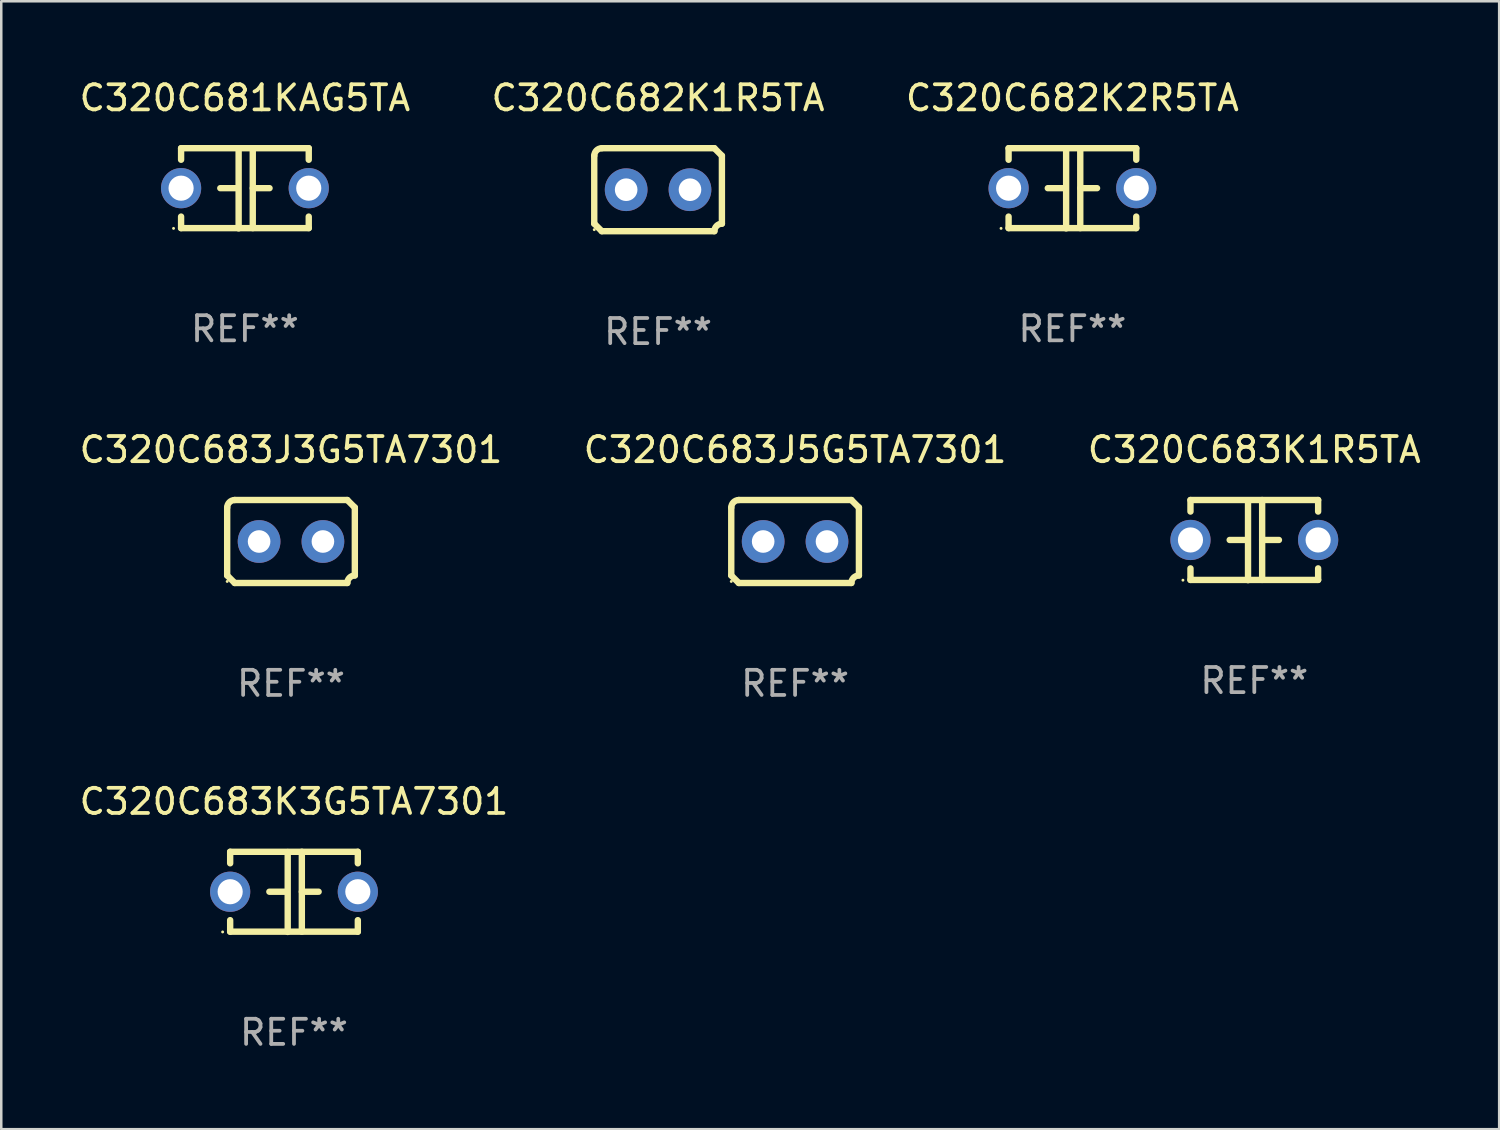
<source format=kicad_pcb>
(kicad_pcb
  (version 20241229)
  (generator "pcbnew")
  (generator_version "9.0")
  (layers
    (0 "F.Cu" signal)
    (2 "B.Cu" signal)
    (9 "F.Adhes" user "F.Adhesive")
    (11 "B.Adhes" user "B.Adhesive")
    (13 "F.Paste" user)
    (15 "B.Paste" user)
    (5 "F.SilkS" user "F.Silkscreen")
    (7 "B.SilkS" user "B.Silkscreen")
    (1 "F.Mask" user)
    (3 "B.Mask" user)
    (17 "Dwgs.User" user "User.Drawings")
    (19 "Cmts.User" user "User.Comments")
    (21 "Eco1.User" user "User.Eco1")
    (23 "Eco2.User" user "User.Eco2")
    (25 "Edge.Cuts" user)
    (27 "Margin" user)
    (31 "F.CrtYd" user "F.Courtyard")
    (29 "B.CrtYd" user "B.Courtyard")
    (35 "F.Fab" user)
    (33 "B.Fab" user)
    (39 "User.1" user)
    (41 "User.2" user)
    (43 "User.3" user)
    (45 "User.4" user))
  (footprint "C320C682K2R5TA"
    (layer "F.Cu")
    (at 39.625 4.443)
    (property "Reference" "C320C682K2R5TA" (at 0 -3.595 0) (layer "F.SilkS") (effects (font (size 1 1) (thickness 0.15))))
    (attr through_hole)
    (fp_line (start -2.54 -1.595) (end -2.54 -1.136) (stroke (width 0.254) (type solid)) (layer "F.SilkS"))
    (fp_line (start -2.54 -1.595) (end 2.54 -1.595) (stroke (width 0.254) (type solid)) (layer "F.SilkS"))
    (fp_line (start -2.54 1.126) (end -2.54 1.585) (stroke (width 0.254) (type solid)) (layer "F.SilkS"))
    (fp_line (start -0.312 -0.005) (end -0.98 -0.005) (stroke (width 0.254) (type solid)) (layer "F.SilkS"))
    (fp_line (start -0.25 -1.585) (end -0.25 1.595) (stroke (width 0.254) (type solid)) (layer "F.SilkS"))
    (fp_line (start 0.312 -1.595) (end 0.312 1.585) (stroke (width 0.254) (type solid)) (layer "F.SilkS"))
    (fp_line (start 0.312 -0.005) (end 0.98 -0.005) (stroke (width 0.254) (type solid)) (layer "F.SilkS"))
    (fp_line (start 2.54 -1.595) (end 2.54 -1.136) (stroke (width 0.254) (type solid)) (layer "F.SilkS"))
    (fp_line (start 2.54 1.126) (end 2.54 1.585) (stroke (width 0.254) (type solid)) (layer "F.SilkS"))
    (fp_line (start 2.54 1.585) (end -2.54 1.585) (stroke (width 0.254) (type solid)) (layer "F.SilkS"))
    (fp_circle (center -2.84 1.595) (end -2.81 1.595) (stroke (width 0.06) (type solid)) (fill no) (layer "F.SilkS"))
    (fp_text user "REF**" (at 0 5.595 0) (layer "F.Fab") (effects (font (size 1 1) (thickness 0.15))))
    (pad "1" thru_hole circle (at -2.54 -0.005) (size 1.6 1.6) (drill 1) (layers "*.Cu" "*.Mask"))
    (pad "2" thru_hole circle (at 2.54 -0.005) (size 1.6 1.6) (drill 1) (layers "*.Cu" "*.Mask")))
  (footprint "C320C683J3G5TA7301"
    (layer "F.Cu")
    (at 8.53 18.498)
    (property "Reference" "C320C683J3G5TA7301" (at 0 -3.651 0) (layer "F.SilkS") (effects (font (size 1 1) (thickness 0.15))))
    (attr through_hole)
    (fp_line (start -2.54 -1.351) (end -2.54 1.351) (stroke (width 0.254) (type solid)) (layer "F.SilkS"))
    (fp_line (start -2.24 -1.651) (end 2.24 -1.651) (stroke (width 0.254) (type solid)) (layer "F.SilkS"))
    (fp_line (start 2.24 1.651) (end -2.24 1.651) (stroke (width 0.254) (type solid)) (layer "F.SilkS"))
    (fp_line (start 2.54 1.351) (end 2.54 -1.351) (stroke (width 0.254) (type solid)) (layer "F.SilkS"))
    (fp_arc (start -2.540005 -1.351283) (mid -2.450115 -1.561309) (end -2.240005 -1.651003) (stroke (width 0.254001) (type solid)) (layer "F.SilkS"))
    (fp_arc (start -2.240287 1.651001) (mid -2.390163 1.501019) (end -2.540005 1.351003) (stroke (width 0.254001) (type solid)) (layer "F.SilkS"))
    (fp_arc (start 2.240005 1.651003) (mid 2.329934 1.441015) (end 2.540005 1.351282) (stroke (width 0.254001) (type solid)) (layer "F.SilkS"))
    (fp_arc (start 2.540005 -1.351003) (mid 2.389393 -1.500252) (end 2.240284 -1.651003) (stroke (width 0.254001) (type solid)) (layer "F.SilkS"))
    (fp_circle (center -2.54 1.59) (end -2.51 1.59) (stroke (width 0.06) (type solid)) (fill no) (layer "F.SilkS"))
    (fp_text user "REF**" (at 0 5.651 0) (layer "F.Fab") (effects (font (size 1 1) (thickness 0.15))))
    (pad "1" thru_hole circle (at -1.27 0) (size 1.7 1.7) (drill 0.9) (layers "*.Cu" "*.Mask"))
    (pad "2" thru_hole circle (at 1.27 0) (size 1.7 1.7) (drill 0.9) (layers "*.Cu" "*.Mask")))
  (footprint "C320C682K1R5TA"
    (layer "F.Cu")
    (at 23.137 4.499)
    (property "Reference" "C320C682K1R5TA" (at 0 -3.651 0) (layer "F.SilkS") (effects (font (size 1 1) (thickness 0.15))))
    (attr through_hole)
    (fp_line (start -2.54 -1.351) (end -2.54 1.351) (stroke (width 0.254) (type solid)) (layer "F.SilkS"))
    (fp_line (start -2.24 -1.651) (end 2.24 -1.651) (stroke (width 0.254) (type solid)) (layer "F.SilkS"))
    (fp_line (start 2.24 1.651) (end -2.24 1.651) (stroke (width 0.254) (type solid)) (layer "F.SilkS"))
    (fp_line (start 2.54 1.351) (end 2.54 -1.351) (stroke (width 0.254) (type solid)) (layer "F.SilkS"))
    (fp_arc (start -2.540005 -1.351283) (mid -2.450115 -1.561309) (end -2.240005 -1.651003) (stroke (width 0.254001) (type solid)) (layer "F.SilkS"))
    (fp_arc (start -2.240287 1.651001) (mid -2.390163 1.501019) (end -2.540005 1.351003) (stroke (width 0.254001) (type solid)) (layer "F.SilkS"))
    (fp_arc (start 2.240005 1.651003) (mid 2.329934 1.441015) (end 2.540005 1.351282) (stroke (width 0.254001) (type solid)) (layer "F.SilkS"))
    (fp_arc (start 2.540005 -1.351003) (mid 2.389393 -1.500252) (end 2.240284 -1.651003) (stroke (width 0.254001) (type solid)) (layer "F.SilkS"))
    (fp_circle (center -2.54 1.59) (end -2.51 1.59) (stroke (width 0.06) (type solid)) (fill no) (layer "F.SilkS"))
    (fp_text user "REF**" (at 0 5.651 0) (layer "F.Fab") (effects (font (size 1 1) (thickness 0.15))))
    (pad "1" thru_hole circle (at -1.27 0) (size 1.7 1.7) (drill 0.9) (layers "*.Cu" "*.Mask"))
    (pad "2" thru_hole circle (at 1.27 0) (size 1.7 1.7) (drill 0.9) (layers "*.Cu" "*.Mask")))
  (footprint "C320C683K3G5TA7301"
    (layer "F.Cu")
    (at 8.649 32.44)
    (property "Reference" "C320C683K3G5TA7301" (at 0 -3.595 0) (layer "F.SilkS") (effects (font (size 1 1) (thickness 0.15))))
    (attr through_hole)
    (fp_line (start -2.54 -1.595) (end -2.54 -1.136) (stroke (width 0.254) (type solid)) (layer "F.SilkS"))
    (fp_line (start -2.54 -1.595) (end 2.54 -1.595) (stroke (width 0.254) (type solid)) (layer "F.SilkS"))
    (fp_line (start -2.54 1.126) (end -2.54 1.585) (stroke (width 0.254) (type solid)) (layer "F.SilkS"))
    (fp_line (start -0.312 -0.005) (end -0.98 -0.005) (stroke (width 0.254) (type solid)) (layer "F.SilkS"))
    (fp_line (start -0.25 -1.585) (end -0.25 1.595) (stroke (width 0.254) (type solid)) (layer "F.SilkS"))
    (fp_line (start 0.312 -1.595) (end 0.312 1.585) (stroke (width 0.254) (type solid)) (layer "F.SilkS"))
    (fp_line (start 0.312 -0.005) (end 0.98 -0.005) (stroke (width 0.254) (type solid)) (layer "F.SilkS"))
    (fp_line (start 2.54 -1.595) (end 2.54 -1.136) (stroke (width 0.254) (type solid)) (layer "F.SilkS"))
    (fp_line (start 2.54 1.126) (end 2.54 1.585) (stroke (width 0.254) (type solid)) (layer "F.SilkS"))
    (fp_line (start 2.54 1.585) (end -2.54 1.585) (stroke (width 0.254) (type solid)) (layer "F.SilkS"))
    (fp_circle (center -2.84 1.595) (end -2.81 1.595) (stroke (width 0.06) (type solid)) (fill no) (layer "F.SilkS"))
    (fp_text user "REF**" (at 0 5.595 0) (layer "F.Fab") (effects (font (size 1 1) (thickness 0.15))))
    (pad "1" thru_hole circle (at -2.54 -0.005) (size 1.6 1.6) (drill 1) (layers "*.Cu" "*.Mask"))
    (pad "2" thru_hole circle (at 2.54 -0.005) (size 1.6 1.6) (drill 1) (layers "*.Cu" "*.Mask")))
  (footprint "C320C683J5G5TA7301"
    (layer "F.Cu")
    (at 28.589 18.498)
    (property "Reference" "C320C683J5G5TA7301" (at 0 -3.651 0) (layer "F.SilkS") (effects (font (size 1 1) (thickness 0.15))))
    (attr through_hole)
    (fp_line (start -2.54 -1.351) (end -2.54 1.351) (stroke (width 0.254) (type solid)) (layer "F.SilkS"))
    (fp_line (start -2.24 -1.651) (end 2.24 -1.651) (stroke (width 0.254) (type solid)) (layer "F.SilkS"))
    (fp_line (start 2.24 1.651) (end -2.24 1.651) (stroke (width 0.254) (type solid)) (layer "F.SilkS"))
    (fp_line (start 2.54 1.351) (end 2.54 -1.351) (stroke (width 0.254) (type solid)) (layer "F.SilkS"))
    (fp_arc (start -2.540005 -1.351283) (mid -2.450115 -1.561309) (end -2.240005 -1.651003) (stroke (width 0.254001) (type solid)) (layer "F.SilkS"))
    (fp_arc (start -2.240287 1.651001) (mid -2.390163 1.501019) (end -2.540005 1.351003) (stroke (width 0.254001) (type solid)) (layer "F.SilkS"))
    (fp_arc (start 2.240005 1.651003) (mid 2.329934 1.441015) (end 2.540005 1.351282) (stroke (width 0.254001) (type solid)) (layer "F.SilkS"))
    (fp_arc (start 2.540005 -1.351003) (mid 2.389393 -1.500252) (end 2.240284 -1.651003) (stroke (width 0.254001) (type solid)) (layer "F.SilkS"))
    (fp_circle (center -2.54 1.59) (end -2.51 1.59) (stroke (width 0.06) (type solid)) (fill no) (layer "F.SilkS"))
    (fp_text user "REF**" (at 0 5.651 0) (layer "F.Fab") (effects (font (size 1 1) (thickness 0.15))))
    (pad "1" thru_hole circle (at -1.27 0) (size 1.7 1.7) (drill 0.9) (layers "*.Cu" "*.Mask"))
    (pad "2" thru_hole circle (at 1.27 0) (size 1.7 1.7) (drill 0.9) (layers "*.Cu" "*.Mask")))
  (footprint "C320C683K1R5TA"
    (layer "F.Cu")
    (at 46.863 18.442)
    (property "Reference" "C320C683K1R5TA" (at 0 -3.595 0) (layer "F.SilkS") (effects (font (size 1 1) (thickness 0.15))))
    (attr through_hole)
    (fp_line (start -2.54 -1.595) (end -2.54 -1.136) (stroke (width 0.254) (type solid)) (layer "F.SilkS"))
    (fp_line (start -2.54 -1.595) (end 2.54 -1.595) (stroke (width 0.254) (type solid)) (layer "F.SilkS"))
    (fp_line (start -2.54 1.126) (end -2.54 1.585) (stroke (width 0.254) (type solid)) (layer "F.SilkS"))
    (fp_line (start -0.312 -0.005) (end -0.98 -0.005) (stroke (width 0.254) (type solid)) (layer "F.SilkS"))
    (fp_line (start -0.25 -1.585) (end -0.25 1.595) (stroke (width 0.254) (type solid)) (layer "F.SilkS"))
    (fp_line (start 0.312 -1.595) (end 0.312 1.585) (stroke (width 0.254) (type solid)) (layer "F.SilkS"))
    (fp_line (start 0.312 -0.005) (end 0.98 -0.005) (stroke (width 0.254) (type solid)) (layer "F.SilkS"))
    (fp_line (start 2.54 -1.595) (end 2.54 -1.136) (stroke (width 0.254) (type solid)) (layer "F.SilkS"))
    (fp_line (start 2.54 1.126) (end 2.54 1.585) (stroke (width 0.254) (type solid)) (layer "F.SilkS"))
    (fp_line (start 2.54 1.585) (end -2.54 1.585) (stroke (width 0.254) (type solid)) (layer "F.SilkS"))
    (fp_circle (center -2.84 1.595) (end -2.81 1.595) (stroke (width 0.06) (type solid)) (fill no) (layer "F.SilkS"))
    (fp_text user "REF**" (at 0 5.595 0) (layer "F.Fab") (effects (font (size 1 1) (thickness 0.15))))
    (pad "1" thru_hole circle (at -2.54 -0.005) (size 1.6 1.6) (drill 1) (layers "*.Cu" "*.Mask"))
    (pad "2" thru_hole circle (at 2.54 -0.005) (size 1.6 1.6) (drill 1) (layers "*.Cu" "*.Mask")))
  (footprint "C320C681KAG5TA"
    (layer "F.Cu")
    (at 6.696 4.443)
    (property "Reference" "C320C681KAG5TA" (at 0 -3.595 0) (layer "F.SilkS") (effects (font (size 1 1) (thickness 0.15))))
    (attr through_hole)
    (fp_line (start -2.54 -1.595) (end -2.54 -1.136) (stroke (width 0.254) (type solid)) (layer "F.SilkS"))
    (fp_line (start -2.54 -1.595) (end 2.54 -1.595) (stroke (width 0.254) (type solid)) (layer "F.SilkS"))
    (fp_line (start -2.54 1.126) (end -2.54 1.585) (stroke (width 0.254) (type solid)) (layer "F.SilkS"))
    (fp_line (start -0.312 -0.005) (end -0.98 -0.005) (stroke (width 0.254) (type solid)) (layer "F.SilkS"))
    (fp_line (start -0.25 -1.585) (end -0.25 1.595) (stroke (width 0.254) (type solid)) (layer "F.SilkS"))
    (fp_line (start 0.312 -1.595) (end 0.312 1.585) (stroke (width 0.254) (type solid)) (layer "F.SilkS"))
    (fp_line (start 0.312 -0.005) (end 0.98 -0.005) (stroke (width 0.254) (type solid)) (layer "F.SilkS"))
    (fp_line (start 2.54 -1.595) (end 2.54 -1.136) (stroke (width 0.254) (type solid)) (layer "F.SilkS"))
    (fp_line (start 2.54 1.126) (end 2.54 1.585) (stroke (width 0.254) (type solid)) (layer "F.SilkS"))
    (fp_line (start 2.54 1.585) (end -2.54 1.585) (stroke (width 0.254) (type solid)) (layer "F.SilkS"))
    (fp_circle (center -2.84 1.595) (end -2.81 1.595) (stroke (width 0.06) (type solid)) (fill no) (layer "F.SilkS"))
    (fp_text user "REF**" (at 0 5.595 0) (layer "F.Fab") (effects (font (size 1 1) (thickness 0.15))))
    (pad "1" thru_hole circle (at -2.54 -0.005) (size 1.6 1.6) (drill 1) (layers "*.Cu" "*.Mask"))
    (pad "2" thru_hole circle (at 2.54 -0.005) (size 1.6 1.6) (drill 1) (layers "*.Cu" "*.Mask")))
  (gr_rect
    (start -3 -3)
    (end 56.607 41.883)
    (stroke (width 0.1) (type default))
    (fill no)
    (layer "Edge.Cuts")))
</source>
